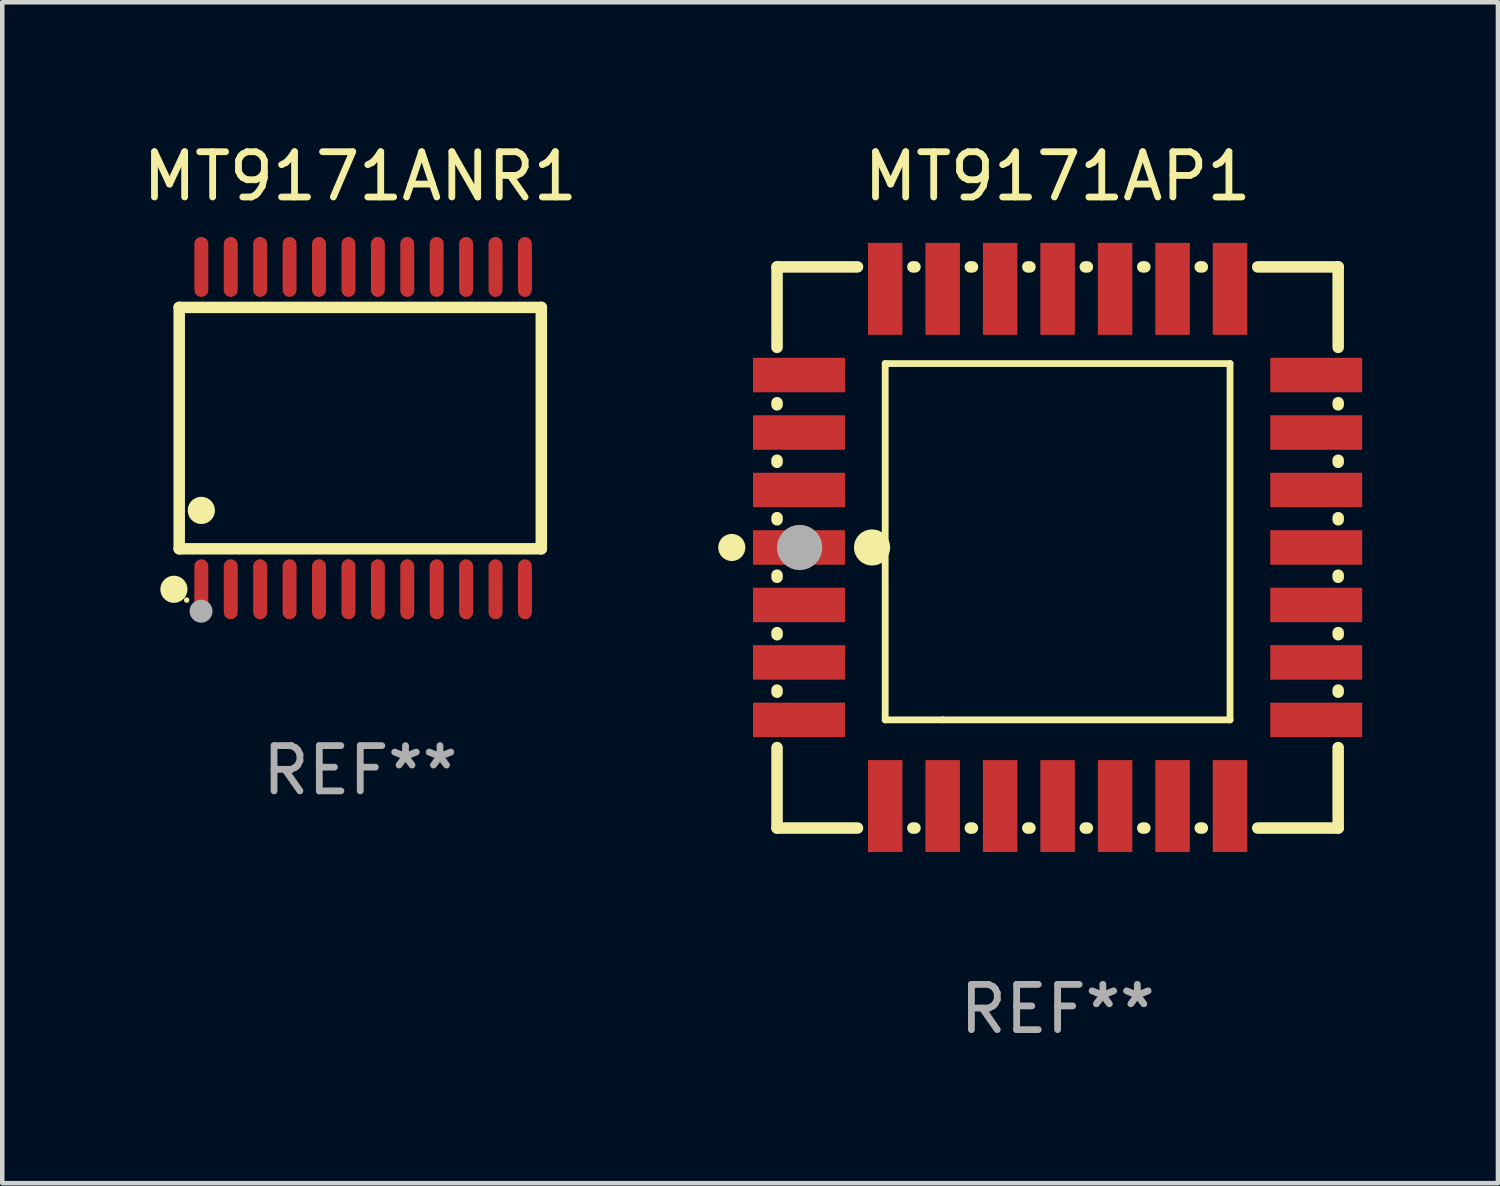
<source format=kicad_pcb>
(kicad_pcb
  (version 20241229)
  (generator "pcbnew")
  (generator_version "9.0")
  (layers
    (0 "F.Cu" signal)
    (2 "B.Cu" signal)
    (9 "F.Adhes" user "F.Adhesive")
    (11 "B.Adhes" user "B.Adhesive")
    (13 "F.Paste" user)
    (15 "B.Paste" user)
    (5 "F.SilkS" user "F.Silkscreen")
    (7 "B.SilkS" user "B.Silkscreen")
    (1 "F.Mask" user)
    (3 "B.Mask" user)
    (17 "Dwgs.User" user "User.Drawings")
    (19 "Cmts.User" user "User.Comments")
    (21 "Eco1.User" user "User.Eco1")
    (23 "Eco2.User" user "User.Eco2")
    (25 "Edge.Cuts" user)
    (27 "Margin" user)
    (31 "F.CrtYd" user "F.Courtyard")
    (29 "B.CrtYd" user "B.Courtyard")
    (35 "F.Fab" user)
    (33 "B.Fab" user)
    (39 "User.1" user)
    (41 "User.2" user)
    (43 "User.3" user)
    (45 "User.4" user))
  (footprint "MT9171AP1"
    (layer "F.Cu")
    (at 20.321 9.048)
    (property "Reference" "MT9171AP1" (at 0 -8.2 0) (layer "F.SilkS") (effects (font (size 1 1) (thickness 0.15))))
    (attr through_hole)
    (fp_line (start -6.2 -6.2) (end -4.422 -6.2) (stroke (width 0.254) (type solid)) (layer "F.SilkS"))
    (fp_line (start -6.2 -4.422) (end -6.2 -6.2) (stroke (width 0.254) (type solid)) (layer "F.SilkS"))
    (fp_line (start -6.2 -3.152) (end -6.2 -3.198) (stroke (width 0.254) (type solid)) (layer "F.SilkS"))
    (fp_line (start -6.2 -1.882) (end -6.2 -1.928) (stroke (width 0.254) (type solid)) (layer "F.SilkS"))
    (fp_line (start -6.2 -0.612) (end -6.2 -0.658) (stroke (width 0.254) (type solid)) (layer "F.SilkS"))
    (fp_line (start -6.2 0.658) (end -6.2 0.612) (stroke (width 0.254) (type solid)) (layer "F.SilkS"))
    (fp_line (start -6.2 1.928) (end -6.2 1.882) (stroke (width 0.254) (type solid)) (layer "F.SilkS"))
    (fp_line (start -6.2 3.198) (end -6.2 3.152) (stroke (width 0.254) (type solid)) (layer "F.SilkS"))
    (fp_line (start -6.2 6.2) (end -6.2 4.422) (stroke (width 0.254) (type solid)) (layer "F.SilkS"))
    (fp_line (start -4.422 6.2) (end -6.2 6.2) (stroke (width 0.254) (type solid)) (layer "F.SilkS"))
    (fp_line (start -3.81 -4.064) (end 3.81 -4.064) (stroke (width 0.15) (type solid)) (layer "F.SilkS"))
    (fp_line (start -3.81 3.81) (end -3.81 -4.064) (stroke (width 0.15) (type solid)) (layer "F.SilkS"))
    (fp_line (start -3.198 -6.2) (end -3.152 -6.2) (stroke (width 0.254) (type solid)) (layer "F.SilkS"))
    (fp_line (start -3.152 6.2) (end -3.198 6.2) (stroke (width 0.254) (type solid)) (layer "F.SilkS"))
    (fp_line (start -2.54 3.81) (end -3.81 3.81) (stroke (width 0.15) (type solid)) (layer "F.SilkS"))
    (fp_line (start -1.928 -6.2) (end -1.882 -6.2) (stroke (width 0.254) (type solid)) (layer "F.SilkS"))
    (fp_line (start -1.882 6.2) (end -1.928 6.2) (stroke (width 0.254) (type solid)) (layer "F.SilkS"))
    (fp_line (start -0.658 -6.2) (end -0.612 -6.2) (stroke (width 0.254) (type solid)) (layer "F.SilkS"))
    (fp_line (start -0.612 6.2) (end -0.658 6.2) (stroke (width 0.254) (type solid)) (layer "F.SilkS"))
    (fp_line (start 0.612 -6.2) (end 0.658 -6.2) (stroke (width 0.254) (type solid)) (layer "F.SilkS"))
    (fp_line (start 0.658 6.2) (end 0.612 6.2) (stroke (width 0.254) (type solid)) (layer "F.SilkS"))
    (fp_line (start 1.882 -6.2) (end 1.928 -6.2) (stroke (width 0.254) (type solid)) (layer "F.SilkS"))
    (fp_line (start 1.928 6.2) (end 1.882 6.2) (stroke (width 0.254) (type solid)) (layer "F.SilkS"))
    (fp_line (start 3.152 -6.2) (end 3.198 -6.2) (stroke (width 0.254) (type solid)) (layer "F.SilkS"))
    (fp_line (start 3.198 6.2) (end 3.152 6.2) (stroke (width 0.254) (type solid)) (layer "F.SilkS"))
    (fp_line (start 3.81 -4.064) (end 3.81 3.81) (stroke (width 0.15) (type solid)) (layer "F.SilkS"))
    (fp_line (start 3.81 3.81) (end -2.54 3.81) (stroke (width 0.15) (type solid)) (layer "F.SilkS"))
    (fp_line (start 4.422 -6.2) (end 6.2 -6.2) (stroke (width 0.254) (type solid)) (layer "F.SilkS"))
    (fp_line (start 6.2 -6.2) (end 6.2 -4.422) (stroke (width 0.254) (type solid)) (layer "F.SilkS"))
    (fp_line (start 6.2 -3.198) (end 6.2 -3.152) (stroke (width 0.254) (type solid)) (layer "F.SilkS"))
    (fp_line (start 6.2 -1.928) (end 6.2 -1.882) (stroke (width 0.254) (type solid)) (layer "F.SilkS"))
    (fp_line (start 6.2 -0.658) (end 6.2 -0.612) (stroke (width 0.254) (type solid)) (layer "F.SilkS"))
    (fp_line (start 6.2 0.612) (end 6.2 0.658) (stroke (width 0.254) (type solid)) (layer "F.SilkS"))
    (fp_line (start 6.2 1.882) (end 6.2 1.928) (stroke (width 0.254) (type solid)) (layer "F.SilkS"))
    (fp_line (start 6.2 3.152) (end 6.2 3.198) (stroke (width 0.254) (type solid)) (layer "F.SilkS"))
    (fp_line (start 6.2 4.422) (end 6.2 6.2) (stroke (width 0.254) (type solid)) (layer "F.SilkS"))
    (fp_line (start 6.2 6.2) (end 4.422 6.2) (stroke (width 0.254) (type solid)) (layer "F.SilkS"))
    (fp_circle (center -7.2 0) (end -7.05 0) (stroke (width 0.3) (type solid)) (fill no) (layer "F.SilkS"))
    (fp_circle (center -6.223 6.223) (end -6.193 6.223) (stroke (width 0.06) (type solid)) (fill no) (layer "F.SilkS"))
    (fp_circle (center -4.1 0) (end -3.9 0) (stroke (width 0.4) (type solid)) (fill no) (layer "F.SilkS"))
    (fp_circle (center -5.7 0) (end -5.45 0) (stroke (width 0.5) (type solid)) (fill no) (layer "F.Fab"))
    (fp_text user "REF**" (at 0 10.2 0) (layer "F.Fab") (effects (font (size 1 1) (thickness 0.15))))
    (pad "1" smd rect (at -5.715 0) (size 2.032 0.762) (layers "F.Cu" "F.Mask" "F.Paste"))
    (pad "2" smd rect (at -5.715 1.27) (size 2.032 0.762) (layers "F.Cu" "F.Mask" "F.Paste"))
    (pad "3" smd rect (at -5.715 2.54) (size 2.032 0.762) (layers "F.Cu" "F.Mask" "F.Paste"))
    (pad "4" smd rect (at -5.715 3.81) (size 2.032 0.762) (layers "F.Cu" "F.Mask" "F.Paste"))
    (pad "5" smd rect (at -3.81 5.715) (size 0.762 2.032) (layers "F.Cu" "F.Mask" "F.Paste"))
    (pad "6" smd rect (at -2.54 5.715) (size 0.762 2.032) (layers "F.Cu" "F.Mask" "F.Paste"))
    (pad "7" smd rect (at -1.27 5.715) (size 0.762 2.032) (layers "F.Cu" "F.Mask" "F.Paste"))
    (pad "8" smd rect (at 0 5.715) (size 0.762 2.032) (layers "F.Cu" "F.Mask" "F.Paste"))
    (pad "9" smd rect (at 1.27 5.715) (size 0.762 2.032) (layers "F.Cu" "F.Mask" "F.Paste"))
    (pad "10" smd rect (at 2.54 5.715) (size 0.762 2.032) (layers "F.Cu" "F.Mask" "F.Paste"))
    (pad "11" smd rect (at 3.81 5.715) (size 0.762 2.032) (layers "F.Cu" "F.Mask" "F.Paste"))
    (pad "12" smd rect (at 5.715 3.81) (size 2.032 0.762) (layers "F.Cu" "F.Mask" "F.Paste"))
    (pad "13" smd rect (at 5.715 2.54) (size 2.032 0.762) (layers "F.Cu" "F.Mask" "F.Paste"))
    (pad "14" smd rect (at 5.715 1.27) (size 2.032 0.762) (layers "F.Cu" "F.Mask" "F.Paste"))
    (pad "15" smd rect (at 5.715 0) (size 2.032 0.762) (layers "F.Cu" "F.Mask" "F.Paste"))
    (pad "16" smd rect (at 5.715 -1.27) (size 2.032 0.762) (layers "F.Cu" "F.Mask" "F.Paste"))
    (pad "17" smd rect (at 5.715 -2.54) (size 2.032 0.762) (layers "F.Cu" "F.Mask" "F.Paste"))
    (pad "18" smd rect (at 5.715 -3.81) (size 2.032 0.762) (layers "F.Cu" "F.Mask" "F.Paste"))
    (pad "19" smd rect (at 3.81 -5.715) (size 0.762 2.032) (layers "F.Cu" "F.Mask" "F.Paste"))
    (pad "20" smd rect (at 2.54 -5.715) (size 0.762 2.032) (layers "F.Cu" "F.Mask" "F.Paste"))
    (pad "21" smd rect (at 1.27 -5.715) (size 0.762 2.032) (layers "F.Cu" "F.Mask" "F.Paste"))
    (pad "22" smd rect (at 0 -5.715) (size 0.762 2.032) (layers "F.Cu" "F.Mask" "F.Paste"))
    (pad "23" smd rect (at -1.27 -5.715) (size 0.762 2.032) (layers "F.Cu" "F.Mask" "F.Paste"))
    (pad "24" smd rect (at -2.54 -5.715) (size 0.762 2.032) (layers "F.Cu" "F.Mask" "F.Paste"))
    (pad "25" smd rect (at -3.81 -5.715) (size 0.762 2.032) (layers "F.Cu" "F.Mask" "F.Paste"))
    (pad "26" smd rect (at -5.715 -3.81) (size 2.032 0.762) (layers "F.Cu" "F.Mask" "F.Paste"))
    (pad "27" smd rect (at -5.715 -2.54) (size 2.032 0.762) (layers "F.Cu" "F.Mask" "F.Paste"))
    (pad "28" smd rect (at -5.715 -1.27) (size 2.032 0.762) (layers "F.Cu" "F.Mask" "F.Paste")))
  (footprint "MT9171ANR1"
    (layer "F.Cu")
    (at 4.911 6.41)
    (property "Reference" "MT9171ANR1" (at 0 -5.562 0) (layer "F.SilkS") (effects (font (size 1 1) (thickness 0.15))))
    (attr through_hole)
    (fp_line (start -4.001 -2.667) (end -4.001 2.667) (stroke (width 0.254) (type solid)) (layer "F.SilkS"))
    (fp_line (start -4.001 2.667) (end 4.001 2.667) (stroke (width 0.254) (type solid)) (layer "F.SilkS"))
    (fp_line (start 4.001 -2.667) (end -4.001 -2.667) (stroke (width 0.254) (type solid)) (layer "F.SilkS"))
    (fp_line (start 4.001 2.667) (end 4.001 -2.667) (stroke (width 0.254) (type solid)) (layer "F.SilkS"))
    (fp_circle (center -4.118 3.562) (end -3.968 3.562) (stroke (width 0.3) (type solid)) (fill no) (layer "F.SilkS"))
    (fp_circle (center -3.836 3.8) (end -3.806 3.8) (stroke (width 0.06) (type solid)) (fill no) (layer "F.SilkS"))
    (fp_circle (center -3.512 1.819) (end -3.361 1.819) (stroke (width 0.3) (type solid)) (fill no) (layer "F.SilkS"))
    (fp_circle (center -3.518 4.046) (end -3.391 4.046) (stroke (width 0.254) (type solid)) (fill no) (layer "F.Fab"))
    (fp_text user "REF**" (at 0 7.562 0) (layer "F.Fab") (effects (font (size 1 1) (thickness 0.15))))
    (pad "1" smd oval (at -3.512 3.562) (size 0.308 1.324) (layers "F.Cu" "F.Mask" "F.Paste"))
    (pad "2" smd oval (at -2.862 3.562) (size 0.308 1.324) (layers "F.Cu" "F.Mask" "F.Paste"))
    (pad "3" smd oval (at -2.212 3.562) (size 0.308 1.324) (layers "F.Cu" "F.Mask" "F.Paste"))
    (pad "4" smd oval (at -1.562 3.562) (size 0.308 1.324) (layers "F.Cu" "F.Mask" "F.Paste"))
    (pad "5" smd oval (at -0.912 3.562) (size 0.308 1.324) (layers "F.Cu" "F.Mask" "F.Paste"))
    (pad "6" smd oval (at -0.261 3.562) (size 0.308 1.324) (layers "F.Cu" "F.Mask" "F.Paste"))
    (pad "7" smd oval (at 0.389 3.562) (size 0.308 1.324) (layers "F.Cu" "F.Mask" "F.Paste"))
    (pad "8" smd oval (at 1.039 3.562) (size 0.308 1.324) (layers "F.Cu" "F.Mask" "F.Paste"))
    (pad "9" smd oval (at 1.689 3.562) (size 0.308 1.324) (layers "F.Cu" "F.Mask" "F.Paste"))
    (pad "10" smd oval (at 2.339 3.562) (size 0.308 1.324) (layers "F.Cu" "F.Mask" "F.Paste"))
    (pad "11" smd oval (at 2.989 3.562) (size 0.308 1.324) (layers "F.Cu" "F.Mask" "F.Paste"))
    (pad "12" smd oval (at 3.639 3.562) (size 0.308 1.324) (layers "F.Cu" "F.Mask" "F.Paste"))
    (pad "13" smd oval (at 3.639 -3.562) (size 0.308 1.324) (layers "F.Cu" "F.Mask" "F.Paste"))
    (pad "14" smd oval (at 2.989 -3.562) (size 0.308 1.324) (layers "F.Cu" "F.Mask" "F.Paste"))
    (pad "15" smd oval (at 2.339 -3.562) (size 0.308 1.324) (layers "F.Cu" "F.Mask" "F.Paste"))
    (pad "16" smd oval (at 1.689 -3.562) (size 0.308 1.324) (layers "F.Cu" "F.Mask" "F.Paste"))
    (pad "17" smd oval (at 1.039 -3.562) (size 0.308 1.324) (layers "F.Cu" "F.Mask" "F.Paste"))
    (pad "18" smd oval (at 0.389 -3.562) (size 0.308 1.324) (layers "F.Cu" "F.Mask" "F.Paste"))
    (pad "19" smd oval (at -0.261 -3.562) (size 0.308 1.324) (layers "F.Cu" "F.Mask" "F.Paste"))
    (pad "20" smd oval (at -0.912 -3.562) (size 0.308 1.324) (layers "F.Cu" "F.Mask" "F.Paste"))
    (pad "21" smd oval (at -1.562 -3.562) (size 0.308 1.324) (layers "F.Cu" "F.Mask" "F.Paste"))
    (pad "22" smd oval (at -2.212 -3.562) (size 0.308 1.324) (layers "F.Cu" "F.Mask" "F.Paste"))
    (pad "23" smd oval (at -2.862 -3.562) (size 0.308 1.324) (layers "F.Cu" "F.Mask" "F.Paste"))
    (pad "24" smd oval (at -3.512 -3.562) (size 0.308 1.324) (layers "F.Cu" "F.Mask" "F.Paste")))
  (gr_rect
    (start -3 -3)
    (end 30.052 23.096)
    (stroke (width 0.1) (type default))
    (fill no)
    (layer "Edge.Cuts")))
</source>
